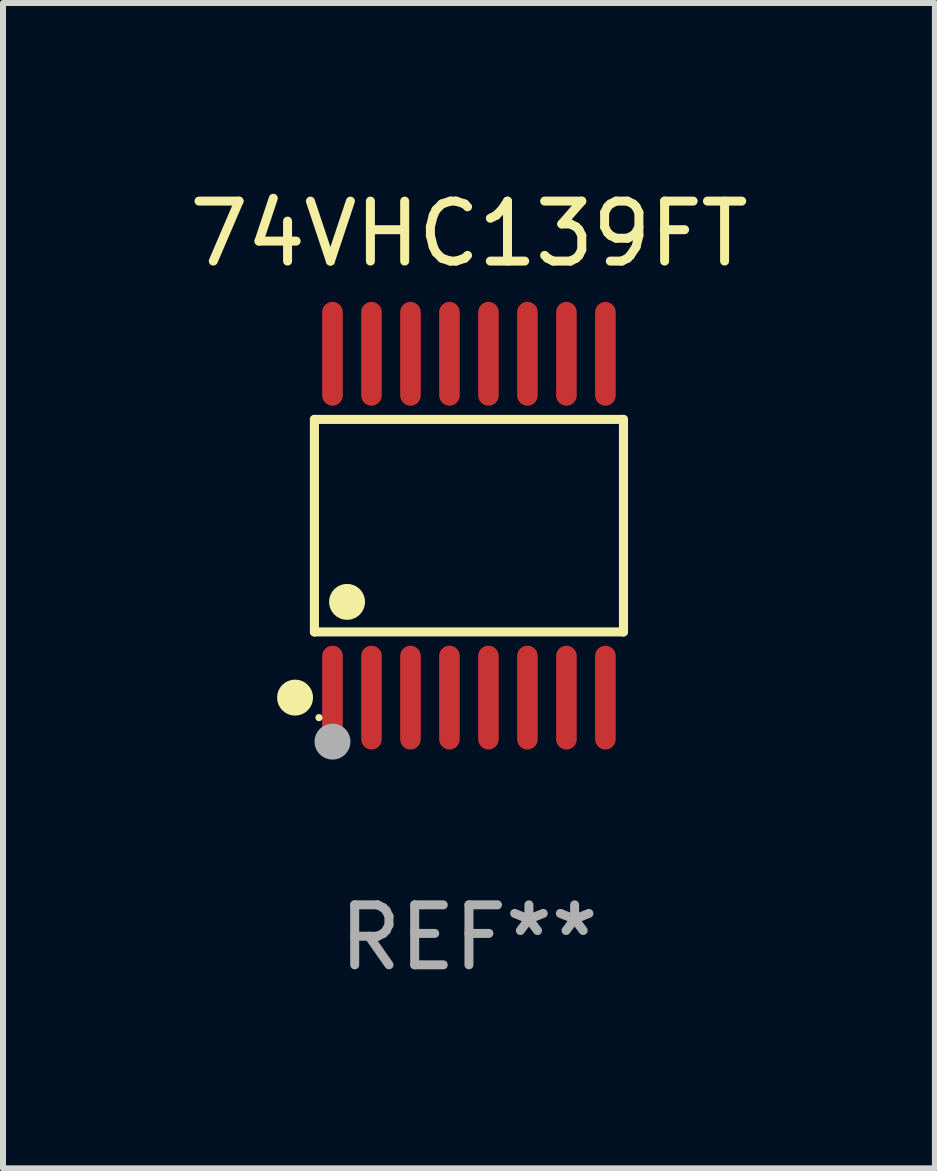
<source format=kicad_pcb>
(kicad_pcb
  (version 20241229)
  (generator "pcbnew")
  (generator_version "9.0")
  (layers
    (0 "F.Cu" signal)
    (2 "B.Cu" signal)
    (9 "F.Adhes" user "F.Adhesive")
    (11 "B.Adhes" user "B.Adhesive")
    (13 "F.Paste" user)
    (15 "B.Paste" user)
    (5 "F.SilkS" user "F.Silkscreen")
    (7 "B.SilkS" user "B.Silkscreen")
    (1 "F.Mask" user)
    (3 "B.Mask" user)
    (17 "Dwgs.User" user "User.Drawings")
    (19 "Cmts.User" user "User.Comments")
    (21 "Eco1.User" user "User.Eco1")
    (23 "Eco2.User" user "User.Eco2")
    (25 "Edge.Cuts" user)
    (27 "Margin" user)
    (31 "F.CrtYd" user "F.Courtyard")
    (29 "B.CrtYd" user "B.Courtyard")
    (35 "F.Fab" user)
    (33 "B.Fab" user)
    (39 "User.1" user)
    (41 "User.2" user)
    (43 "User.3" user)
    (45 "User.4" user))
  (footprint "74VHC139FT"
    (layer "F.Cu")
    (at 4.768 5.714)
    (property "Reference" "74VHC139FT" (at 0 -4.866 0) (layer "F.SilkS") (effects (font (size 1 1) (thickness 0.15))))
    (attr through_hole)
    (fp_line (start -2.576 -1.772) (end 2.576 -1.772) (stroke (width 0.152) (type solid)) (layer "F.SilkS"))
    (fp_line (start -2.576 1.771) (end -2.576 -1.772) (stroke (width 0.152) (type solid)) (layer "F.SilkS"))
    (fp_line (start 2.576 -1.772) (end 2.576 1.771) (stroke (width 0.152) (type solid)) (layer "F.SilkS"))
    (fp_line (start 2.576 1.771) (end -2.576 1.771) (stroke (width 0.152) (type solid)) (layer "F.SilkS"))
    (fp_circle (center -2.899 2.866) (end -2.749 2.866) (stroke (width 0.3) (type solid)) (fill no) (layer "F.SilkS"))
    (fp_circle (center -2.5 3.2) (end -2.47 3.2) (stroke (width 0.06) (type solid)) (fill no) (layer "F.SilkS"))
    (fp_circle (center -2.032 1.27) (end -1.882 1.27) (stroke (width 0.3) (type solid)) (fill no) (layer "F.SilkS"))
    (fp_circle (center -2.275 3.6) (end -2.125 3.6) (stroke (width 0.3) (type solid)) (fill no) (layer "F.Fab"))
    (fp_text user "REF**" (at 0 6.866 0) (layer "F.Fab") (effects (font (size 1 1) (thickness 0.15))))
    (pad "1" smd oval (at -2.275 2.866) (size 0.343 1.731) (layers "F.Cu" "F.Mask" "F.Paste"))
    (pad "2" smd oval (at -1.625 2.866) (size 0.343 1.731) (layers "F.Cu" "F.Mask" "F.Paste"))
    (pad "3" smd oval (at -0.975 2.866) (size 0.343 1.731) (layers "F.Cu" "F.Mask" "F.Paste"))
    (pad "4" smd oval (at -0.325 2.866) (size 0.343 1.731) (layers "F.Cu" "F.Mask" "F.Paste"))
    (pad "5" smd oval (at 0.325 2.866) (size 0.343 1.731) (layers "F.Cu" "F.Mask" "F.Paste"))
    (pad "6" smd oval (at 0.975 2.866) (size 0.343 1.731) (layers "F.Cu" "F.Mask" "F.Paste"))
    (pad "7" smd oval (at 1.625 2.866) (size 0.343 1.731) (layers "F.Cu" "F.Mask" "F.Paste"))
    (pad "8" smd oval (at 2.275 2.866) (size 0.343 1.731) (layers "F.Cu" "F.Mask" "F.Paste"))
    (pad "9" smd oval (at 2.275 -2.866) (size 0.343 1.731) (layers "F.Cu" "F.Mask" "F.Paste"))
    (pad "10" smd oval (at 1.625 -2.866) (size 0.343 1.731) (layers "F.Cu" "F.Mask" "F.Paste"))
    (pad "11" smd oval (at 0.975 -2.866) (size 0.343 1.731) (layers "F.Cu" "F.Mask" "F.Paste"))
    (pad "12" smd oval (at 0.325 -2.866) (size 0.343 1.731) (layers "F.Cu" "F.Mask" "F.Paste"))
    (pad "13" smd oval (at -0.325 -2.866) (size 0.343 1.731) (layers "F.Cu" "F.Mask" "F.Paste"))
    (pad "14" smd oval (at -0.975 -2.866) (size 0.343 1.731) (layers "F.Cu" "F.Mask" "F.Paste"))
    (pad "15" smd oval (at -1.625 -2.866) (size 0.343 1.731) (layers "F.Cu" "F.Mask" "F.Paste"))
    (pad "16" smd oval (at -2.275 -2.866) (size 0.343 1.731) (layers "F.Cu" "F.Mask" "F.Paste")))
  (gr_rect
    (start -3 -3)
    (end 12.536 16.428)
    (stroke (width 0.1) (type default))
    (fill no)
    (layer "Edge.Cuts")))
</source>
